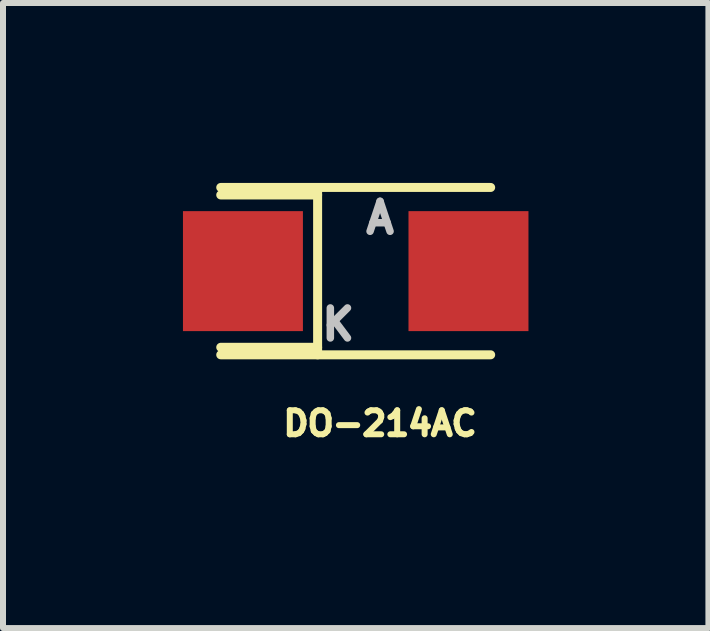
<source format=kicad_pcb>
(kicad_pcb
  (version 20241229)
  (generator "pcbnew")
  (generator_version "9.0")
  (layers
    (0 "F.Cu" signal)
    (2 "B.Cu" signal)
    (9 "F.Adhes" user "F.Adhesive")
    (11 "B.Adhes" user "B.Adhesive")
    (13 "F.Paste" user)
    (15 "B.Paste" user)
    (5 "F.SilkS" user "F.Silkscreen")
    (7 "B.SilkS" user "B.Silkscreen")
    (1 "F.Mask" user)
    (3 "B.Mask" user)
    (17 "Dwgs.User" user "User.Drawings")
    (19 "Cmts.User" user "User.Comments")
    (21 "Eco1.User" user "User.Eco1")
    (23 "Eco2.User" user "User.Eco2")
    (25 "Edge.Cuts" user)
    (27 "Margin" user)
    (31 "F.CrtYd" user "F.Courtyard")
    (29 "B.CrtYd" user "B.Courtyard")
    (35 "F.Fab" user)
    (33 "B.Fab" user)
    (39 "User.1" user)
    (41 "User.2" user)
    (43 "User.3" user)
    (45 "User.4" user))
  (footprint "DO-214AC"
    (layer "F.Cu")
    (at 2.88 1.47)
    (property "Reference" "DO-214AC" (at 0.406 2.54 0) (layer "F.SilkS") (effects (font (size 0.4 0.4) (thickness 0.1))))
    (attr through_hole)
    (fp_line (start -2.25 -1.395) (end 2.25 -1.395) (stroke (width 0.15) (type solid)) (layer "F.SilkS"))
    (fp_line (start -2.25 1.395) (end 2.25 1.395) (stroke (width 0.15) (type solid)) (layer "F.SilkS"))
    (fp_line (start -0.635 -1.27) (end -2.25 -1.27) (stroke (width 0.15) (type solid)) (layer "F.SilkS"))
    (fp_line (start -0.635 1.27) (end -2.25 1.27) (stroke (width 0.15) (type solid)) (layer "F.SilkS"))
    (fp_line (start -0.635 1.395) (end -0.635 -1.395) (stroke (width 0.15) (type solid)) (layer "F.SilkS"))
    (fp_text user "A" (at 0.406 -0.889 0) (layer "Dwgs.User") (effects (font (size 0.5 0.5) (thickness 0.125))))
    (fp_text user "K" (at -0.292 0.889 0) (layer "Dwgs.User") (effects (font (size 0.5 0.5) (thickness 0.125))))
    (pad "1" smd rect (at -1.88 0) (size 2 2) (layers "F.Cu" "F.Mask" "F.Paste"))
    (pad "2" smd rect (at 1.88 0) (size 2 2) (layers "F.Cu" "F.Mask" "F.Paste")))
  (gr_rect
    (start -3 -3)
    (end 8.76 7.42)
    (stroke (width 0.1) (type default))
    (fill no)
    (layer "Edge.Cuts")))
</source>
